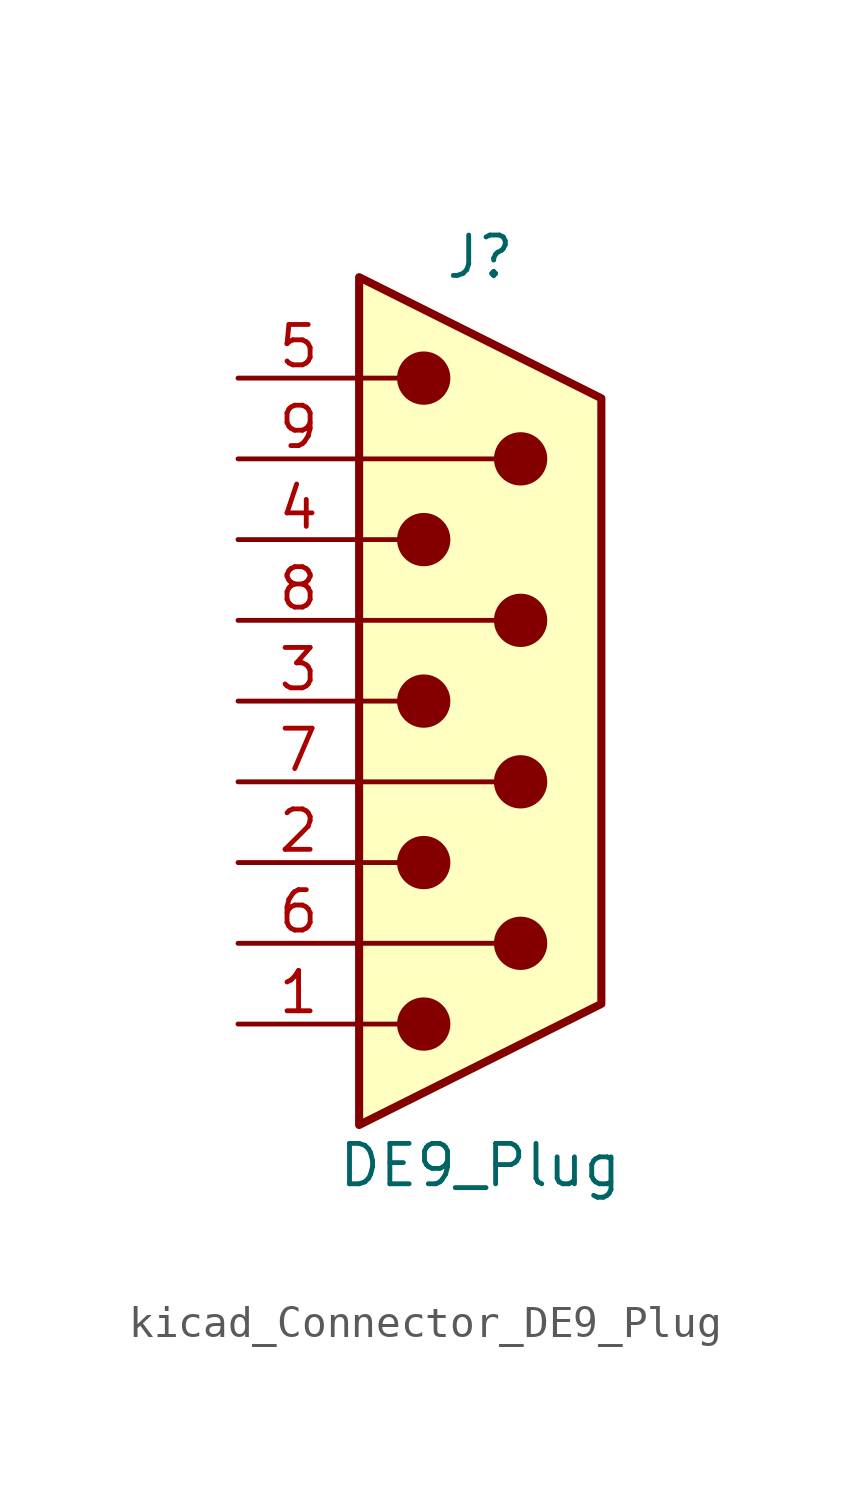
<source format=kicad_sym>
(kicad_symbol_lib
  (version 20220914)
  (generator kicad_symbol_editor)
  (symbol "kicad_Connector_DE9_Plug"
    (pin_names
      (offset 1.016) hide)
    (property "Reference" "J"
      (at 0 13.97 0)
      (effects (font (size 1.27 1.27))))
    (property "Value" "DE9_Plug"
      (at 0 -14.605 0)
      (effects (font (size 1.27 1.27))))
    (symbol "kicad_Connector_DE9_Plug_0_1"
      (circle (center -1.778 -10.16) (radius 0.762) (stroke (width 0) (type default)) (fill (type outline)))
      (circle (center -1.778 -5.08) (radius 0.762) (stroke (width 0) (type default)) (fill (type outline)))
      (circle (center -1.778 0) (radius 0.762) (stroke (width 0) (type default)) (fill (type outline)))
      (circle (center -1.778 5.08) (radius 0.762) (stroke (width 0) (type default)) (fill (type outline)))
      (circle (center -1.778 10.16) (radius 0.762) (stroke (width 0) (type default)) (fill (type outline)))
      (polyline (pts (xy -3.81 -10.16) (xy -2.54 -10.16)) (stroke (width 0) (type default)) (fill (type none)))
      (polyline (pts (xy -3.81 -7.62) (xy 0.508 -7.62)) (stroke (width 0) (type default)) (fill (type none)))
      (polyline (pts (xy -3.81 -5.08) (xy -2.54 -5.08)) (stroke (width 0) (type default)) (fill (type none)))
      (polyline (pts (xy -3.81 -2.54) (xy 0.508 -2.54)) (stroke (width 0) (type default)) (fill (type none)))
      (polyline (pts (xy -3.81 0) (xy -2.54 0)) (stroke (width 0) (type default)) (fill (type none)))
      (polyline (pts (xy -3.81 2.54) (xy 0.508 2.54)) (stroke (width 0) (type default)) (fill (type none)))
      (polyline (pts (xy -3.81 5.08) (xy -2.54 5.08)) (stroke (width 0) (type default)) (fill (type none)))
      (polyline (pts (xy -3.81 7.62) (xy 0.508 7.62)) (stroke (width 0) (type default)) (fill (type none)))
      (polyline (pts (xy -3.81 10.16) (xy -2.54 10.16)) (stroke (width 0) (type default)) (fill (type none)))
      (polyline (pts (xy -3.81 -13.335) (xy -3.81 13.335) (xy 3.81 9.525) (xy 3.81 -9.525) (xy -3.81 -13.335)) (stroke (width 0.254) (type default)) (fill (type background)))
      (circle (center 1.27 -7.62) (radius 0.762) (stroke (width 0) (type default)) (fill (type outline)))
      (circle (center 1.27 -2.54) (radius 0.762) (stroke (width 0) (type default)) (fill (type outline)))
      (circle (center 1.27 2.54) (radius 0.762) (stroke (width 0) (type default)) (fill (type outline)))
      (circle (center 1.27 7.62) (radius 0.762) (stroke (width 0) (type default)) (fill (type outline))))
    (symbol "kicad_Connector_DE9_Plug_1_1"
      (pin passive line (at -7.62 -10.16 0) (length 3.81) (name "1" (effects (font (size 1.27 1.27)))) (number "1" (effects (font (size 1.27 1.27)))))
      (pin passive line (at -7.62 -5.08 0) (length 3.81) (name "2" (effects (font (size 1.27 1.27)))) (number "2" (effects (font (size 1.27 1.27)))))
      (pin passive line (at -7.62 0 0) (length 3.81) (name "3" (effects (font (size 1.27 1.27)))) (number "3" (effects (font (size 1.27 1.27)))))
      (pin passive line (at -7.62 5.08 0) (length 3.81) (name "4" (effects (font (size 1.27 1.27)))) (number "4" (effects (font (size 1.27 1.27)))))
      (pin passive line (at -7.62 10.16 0) (length 3.81) (name "5" (effects (font (size 1.27 1.27)))) (number "5" (effects (font (size 1.27 1.27)))))
      (pin passive line (at -7.62 -7.62 0) (length 3.81) (name "6" (effects (font (size 1.27 1.27)))) (number "6" (effects (font (size 1.27 1.27)))))
      (pin passive line (at -7.62 -2.54 0) (length 3.81) (name "7" (effects (font (size 1.27 1.27)))) (number "7" (effects (font (size 1.27 1.27)))))
      (pin passive line (at -7.62 2.54 0) (length 3.81) (name "8" (effects (font (size 1.27 1.27)))) (number "8" (effects (font (size 1.27 1.27)))))
      (pin passive line (at -7.62 7.62 0) (length 3.81) (name "9" (effects (font (size 1.27 1.27)))) (number "9" (effects (font (size 1.27 1.27))))))))
</source>
